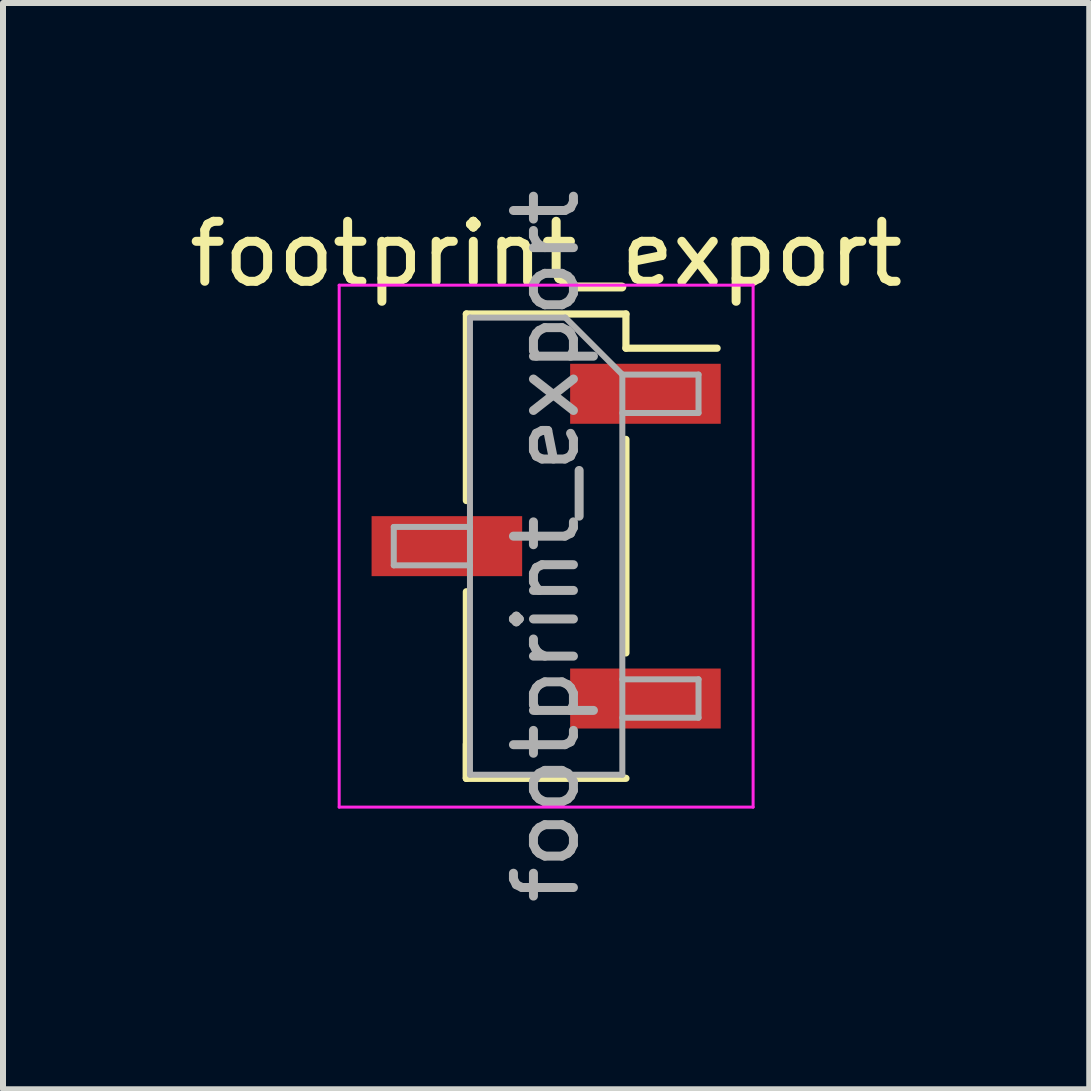
<source format=kicad_pcb>
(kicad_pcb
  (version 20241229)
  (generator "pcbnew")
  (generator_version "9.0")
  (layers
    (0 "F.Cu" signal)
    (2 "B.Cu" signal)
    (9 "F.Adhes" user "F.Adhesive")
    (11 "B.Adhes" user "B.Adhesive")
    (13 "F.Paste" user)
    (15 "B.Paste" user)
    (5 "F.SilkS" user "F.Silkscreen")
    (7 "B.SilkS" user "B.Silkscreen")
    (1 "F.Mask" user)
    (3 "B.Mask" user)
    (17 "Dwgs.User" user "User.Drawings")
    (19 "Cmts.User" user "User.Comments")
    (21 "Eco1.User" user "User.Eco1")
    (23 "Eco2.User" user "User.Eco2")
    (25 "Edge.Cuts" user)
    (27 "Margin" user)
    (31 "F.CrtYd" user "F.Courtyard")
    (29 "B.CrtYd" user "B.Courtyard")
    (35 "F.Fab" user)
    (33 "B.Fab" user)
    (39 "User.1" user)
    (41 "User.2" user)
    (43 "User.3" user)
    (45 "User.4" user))
  (footprint "footprint_export"
    (layer "F.Cu")
    (at 6.054 6.054)
    (property "Reference" "footprint_export" (at 0 -4.87 0) (layer "F.SilkS") (effects (font (size 1 1) (thickness 0.15))))
    (attr smd)
    (fp_line (start -1.33 -3.87) (end -1.33 -0.76) (stroke (width 0.12) (type solid)) (layer "F.SilkS"))
    (fp_line (start -1.33 -3.87) (end 1.33 -3.87) (stroke (width 0.12) (type solid)) (layer "F.SilkS"))
    (fp_line (start -1.33 0.76) (end -1.33 3.87) (stroke (width 0.12) (type solid)) (layer "F.SilkS"))
    (fp_line (start -1.33 3.3) (end -1.33 3.87) (stroke (width 0.12) (type solid)) (layer "F.SilkS"))
    (fp_line (start -1.33 3.87) (end 1.33 3.87) (stroke (width 0.12) (type solid)) (layer "F.SilkS"))
    (fp_line (start 1.33 -3.87) (end 1.33 -3.3) (stroke (width 0.12) (type solid)) (layer "F.SilkS"))
    (fp_line (start 1.33 -3.3) (end 2.85 -3.3) (stroke (width 0.12) (type solid)) (layer "F.SilkS"))
    (fp_line (start 1.33 -1.78) (end 1.33 1.78) (stroke (width 0.12) (type solid)) (layer "F.SilkS"))
    (fp_line (start -3.45 -4.35) (end -3.45 4.35) (stroke (width 0.05) (type solid)) (layer "F.CrtYd"))
    (fp_line (start -3.45 4.35) (end 3.45 4.35) (stroke (width 0.05) (type solid)) (layer "F.CrtYd"))
    (fp_line (start 3.45 -4.35) (end -3.45 -4.35) (stroke (width 0.05) (type solid)) (layer "F.CrtYd"))
    (fp_line (start 3.45 4.35) (end 3.45 -4.35) (stroke (width 0.05) (type solid)) (layer "F.CrtYd"))
    (fp_line (start -2.54 -0.32) (end -2.54 0.32) (stroke (width 0.1) (type solid)) (layer "F.Fab"))
    (fp_line (start -2.54 0.32) (end -1.27 0.32) (stroke (width 0.1) (type solid)) (layer "F.Fab"))
    (fp_line (start -1.27 -3.81) (end -1.27 3.81) (stroke (width 0.1) (type solid)) (layer "F.Fab"))
    (fp_line (start -1.27 -3.81) (end 0.32 -3.81) (stroke (width 0.1) (type solid)) (layer "F.Fab"))
    (fp_line (start -1.27 -0.32) (end -2.54 -0.32) (stroke (width 0.1) (type solid)) (layer "F.Fab"))
    (fp_line (start 1.27 -2.86) (end 0.32 -3.81) (stroke (width 0.1) (type solid)) (layer "F.Fab"))
    (fp_line (start 1.27 -2.86) (end 2.54 -2.86) (stroke (width 0.1) (type solid)) (layer "F.Fab"))
    (fp_line (start 1.27 2.22) (end 2.54 2.22) (stroke (width 0.1) (type solid)) (layer "F.Fab"))
    (fp_line (start 1.27 3.81) (end -1.27 3.81) (stroke (width 0.1) (type solid)) (layer "F.Fab"))
    (fp_line (start 1.27 3.81) (end 1.27 -2.86) (stroke (width 0.1) (type solid)) (layer "F.Fab"))
    (fp_line (start 2.54 -2.86) (end 2.54 -2.22) (stroke (width 0.1) (type solid)) (layer "F.Fab"))
    (fp_line (start 2.54 -2.22) (end 1.27 -2.22) (stroke (width 0.1) (type solid)) (layer "F.Fab"))
    (fp_line (start 2.54 2.22) (end 2.54 2.86) (stroke (width 0.1) (type solid)) (layer "F.Fab"))
    (fp_line (start 2.54 2.86) (end 1.27 2.86) (stroke (width 0.1) (type solid)) (layer "F.Fab"))
    (fp_text user "${REFERENCE}" (at 0 0 90) (layer "F.Fab") (effects (font (size 1 1) (thickness 0.15))))
    (pad "1" smd rect (at 1.655 -2.54) (size 2.51 1) (layers "F.Cu" "F.Mask" "F.Paste"))
    (pad "2" smd rect (at -1.655 0) (size 2.51 1) (layers "F.Cu" "F.Mask" "F.Paste"))
    (pad "3" smd rect (at 1.655 2.54) (size 2.51 1) (layers "F.Cu" "F.Mask" "F.Paste")))
  (gr_rect
    (start -3 -3)
    (end 15.107 15.107)
    (stroke (width 0.1) (type default))
    (fill no)
    (layer "Edge.Cuts")))
</source>
